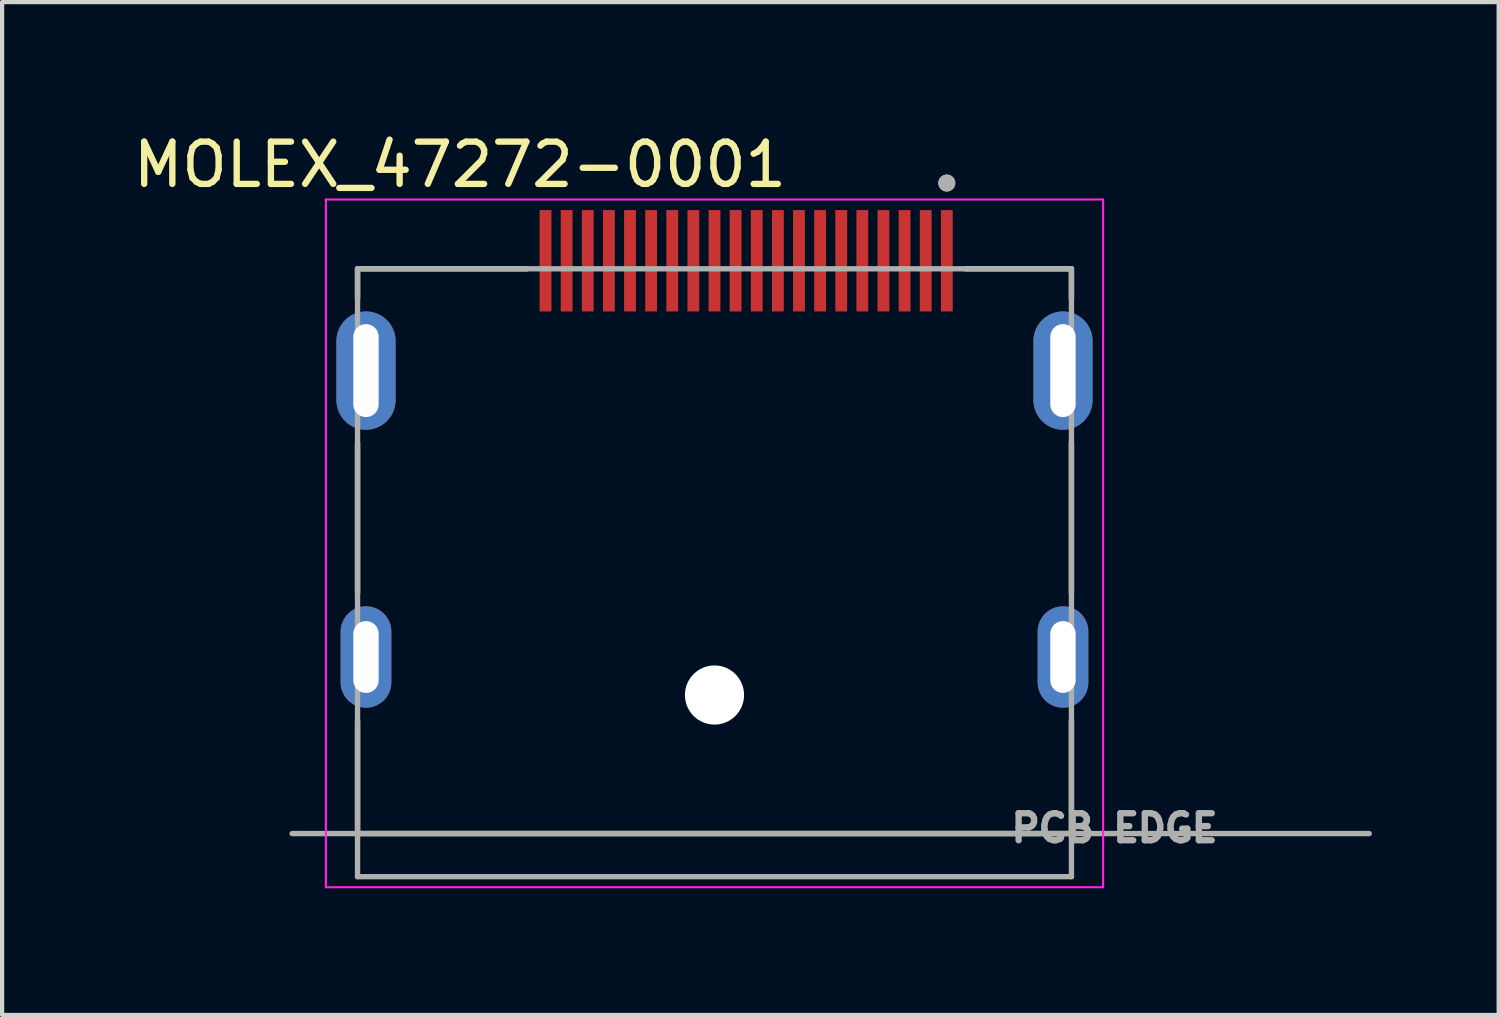
<source format=kicad_pcb>
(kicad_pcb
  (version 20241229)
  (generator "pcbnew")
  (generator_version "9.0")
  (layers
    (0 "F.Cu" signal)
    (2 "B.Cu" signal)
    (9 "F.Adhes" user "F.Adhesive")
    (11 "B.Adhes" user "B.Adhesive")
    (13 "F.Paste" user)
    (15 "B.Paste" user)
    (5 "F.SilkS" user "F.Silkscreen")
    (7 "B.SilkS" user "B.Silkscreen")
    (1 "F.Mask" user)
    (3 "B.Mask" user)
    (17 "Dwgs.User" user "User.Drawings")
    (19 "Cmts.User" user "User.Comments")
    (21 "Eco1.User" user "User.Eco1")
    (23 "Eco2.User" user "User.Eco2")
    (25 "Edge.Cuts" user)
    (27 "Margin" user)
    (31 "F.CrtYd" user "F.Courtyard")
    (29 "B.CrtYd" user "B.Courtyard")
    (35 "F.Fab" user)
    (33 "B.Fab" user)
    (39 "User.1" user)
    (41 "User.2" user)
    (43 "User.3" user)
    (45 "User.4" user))
  (footprint "MOLEX_47272-0001"
    (layer "F.Cu")
    (at 13.864 16.683)
    (property "Reference" "MOLEX_47272-0001" (at -6.025 -15.835 0) (layer "F.SilkS") (effects (font (size 1 1) (thickness 0.15))))
    (attr smd)
    (fp_line (start -8.45 -13.37) (end -8.45 -12.67) (stroke (width 0.127) (type solid)) (layer "F.SilkS"))
    (fp_line (start -8.45 -9.24) (end -8.45 -5.69) (stroke (width 0.127) (type solid)) (layer "F.SilkS"))
    (fp_line (start -8.45 -2.66) (end -8.45 0) (stroke (width 0.127) (type solid)) (layer "F.SilkS"))
    (fp_line (start -8.45 0) (end 8.45 0) (stroke (width 0.127) (type solid)) (layer "F.SilkS"))
    (fp_line (start -4.45 -13.37) (end -8.45 -13.37) (stroke (width 0.127) (type solid)) (layer "F.SilkS"))
    (fp_line (start 8.45 -13.37) (end 5.95 -13.37) (stroke (width 0.127) (type solid)) (layer "F.SilkS"))
    (fp_line (start 8.45 -13.37) (end 8.45 -12.67) (stroke (width 0.127) (type solid)) (layer "F.SilkS"))
    (fp_line (start 8.45 -9.24) (end 8.45 -5.69) (stroke (width 0.127) (type solid)) (layer "F.SilkS"))
    (fp_line (start 8.45 -2.66) (end 8.45 0) (stroke (width 0.127) (type solid)) (layer "F.SilkS"))
    (fp_circle (center 5.5 -15.4) (end 5.6 -15.4) (stroke (width 0.2) (type solid)) (fill no) (layer "F.SilkS"))
    (fp_line (start -9.2 -15.01) (end 9.2 -15.01) (stroke (width 0.05) (type solid)) (layer "F.CrtYd"))
    (fp_line (start -9.2 1.27) (end -9.2 -15.01) (stroke (width 0.05) (type solid)) (layer "F.CrtYd"))
    (fp_line (start 9.2 -15.01) (end 9.2 1.27) (stroke (width 0.05) (type solid)) (layer "F.CrtYd"))
    (fp_line (start 9.2 1.27) (end -9.2 1.27) (stroke (width 0.05) (type solid)) (layer "F.CrtYd"))
    (fp_line (start -8.45 -13.37) (end 8.45 -13.37) (stroke (width 0.127) (type solid)) (layer "F.Fab"))
    (fp_line (start -8.45 1.02) (end -8.45 -13.37) (stroke (width 0.127) (type solid)) (layer "F.Fab"))
    (fp_line (start 8.45 -13.37) (end 8.45 1.02) (stroke (width 0.127) (type solid)) (layer "F.Fab"))
    (fp_line (start 8.45 1.02) (end -8.45 1.02) (stroke (width 0.127) (type solid)) (layer "F.Fab"))
    (fp_line (start 15.5 0) (end -10 0) (stroke (width 0.127) (type solid)) (layer "F.Fab"))
    (fp_circle (center 5.5 -15.4) (end 5.6 -15.4) (stroke (width 0.2) (type solid)) (fill no) (layer "F.Fab"))
    (fp_text user "PCB EDGE" (at 9.47 -0.13 0) (layer "F.Fab") (effects (font (size 0.64 0.64) (thickness 0.15))))
    (pad "" np_thru_hole circle (at 0 -3.28) (size 1.4 1.4) (drill 1.4) (layers "*.Cu" "*.Mask"))
    (pad "1" smd rect (at 5.5 -13.56 90) (size 2.4 0.28) (layers "F.Cu" "F.Mask" "F.Paste"))
    (pad "2" smd rect (at 5 -13.56 90) (size 2.4 0.28) (layers "F.Cu" "F.Mask" "F.Paste"))
    (pad "3" smd rect (at 4.5 -13.56 90) (size 2.4 0.28) (layers "F.Cu" "F.Mask" "F.Paste"))
    (pad "4" smd rect (at 4 -13.56 90) (size 2.4 0.28) (layers "F.Cu" "F.Mask" "F.Paste"))
    (pad "5" smd rect (at 3.5 -13.56 90) (size 2.4 0.28) (layers "F.Cu" "F.Mask" "F.Paste"))
    (pad "6" smd rect (at 3 -13.56 90) (size 2.4 0.28) (layers "F.Cu" "F.Mask" "F.Paste"))
    (pad "7" smd rect (at 2.5 -13.56 90) (size 2.4 0.28) (layers "F.Cu" "F.Mask" "F.Paste"))
    (pad "8" smd rect (at 2 -13.56 90) (size 2.4 0.28) (layers "F.Cu" "F.Mask" "F.Paste"))
    (pad "9" smd rect (at 1.5 -13.56 90) (size 2.4 0.28) (layers "F.Cu" "F.Mask" "F.Paste"))
    (pad "10" smd rect (at 1 -13.56 90) (size 2.4 0.28) (layers "F.Cu" "F.Mask" "F.Paste"))
    (pad "11" smd rect (at 0.5 -13.56 90) (size 2.4 0.28) (layers "F.Cu" "F.Mask" "F.Paste"))
    (pad "12" smd rect (at 0 -13.56 90) (size 2.4 0.28) (layers "F.Cu" "F.Mask" "F.Paste"))
    (pad "13" smd rect (at -0.5 -13.56 90) (size 2.4 0.28) (layers "F.Cu" "F.Mask" "F.Paste"))
    (pad "14" smd rect (at -1 -13.56 90) (size 2.4 0.28) (layers "F.Cu" "F.Mask" "F.Paste"))
    (pad "15" smd rect (at -1.5 -13.56 90) (size 2.4 0.28) (layers "F.Cu" "F.Mask" "F.Paste"))
    (pad "16" smd rect (at -2 -13.56 90) (size 2.4 0.28) (layers "F.Cu" "F.Mask" "F.Paste"))
    (pad "17" smd rect (at -2.5 -13.56 90) (size 2.4 0.28) (layers "F.Cu" "F.Mask" "F.Paste"))
    (pad "18" smd rect (at -3 -13.56 90) (size 2.4 0.28) (layers "F.Cu" "F.Mask" "F.Paste"))
    (pad "19" smd rect (at -3.5 -13.56 90) (size 2.4 0.28) (layers "F.Cu" "F.Mask" "F.Paste"))
    (pad "20" smd rect (at -4 -13.56 90) (size 2.4 0.28) (layers "F.Cu" "F.Mask" "F.Paste"))
    (pad "SH" thru_hole oval (at -8.25 -10.96) (size 1.4 2.8) (drill oval 0.6 2.2) (layers "*.Cu" "*.Mask"))
    (pad "SH" thru_hole oval (at -8.25 -4.18) (size 1.2 2.4) (drill oval 0.6 1.7) (layers "*.Cu" "*.Mask"))
    (pad "SH" thru_hole oval (at 8.25 -10.96) (size 1.4 2.8) (drill oval 0.6 2.2) (layers "*.Cu" "*.Mask"))
    (pad "SH" thru_hole oval (at 8.25 -4.18) (size 1.2 2.4) (drill oval 0.6 1.7) (layers "*.Cu" "*.Mask")))
  (gr_rect
    (start -3 -3)
    (end 32.428 20.978)
    (stroke (width 0.1) (type default))
    (fill no)
    (layer "Edge.Cuts")))
</source>
